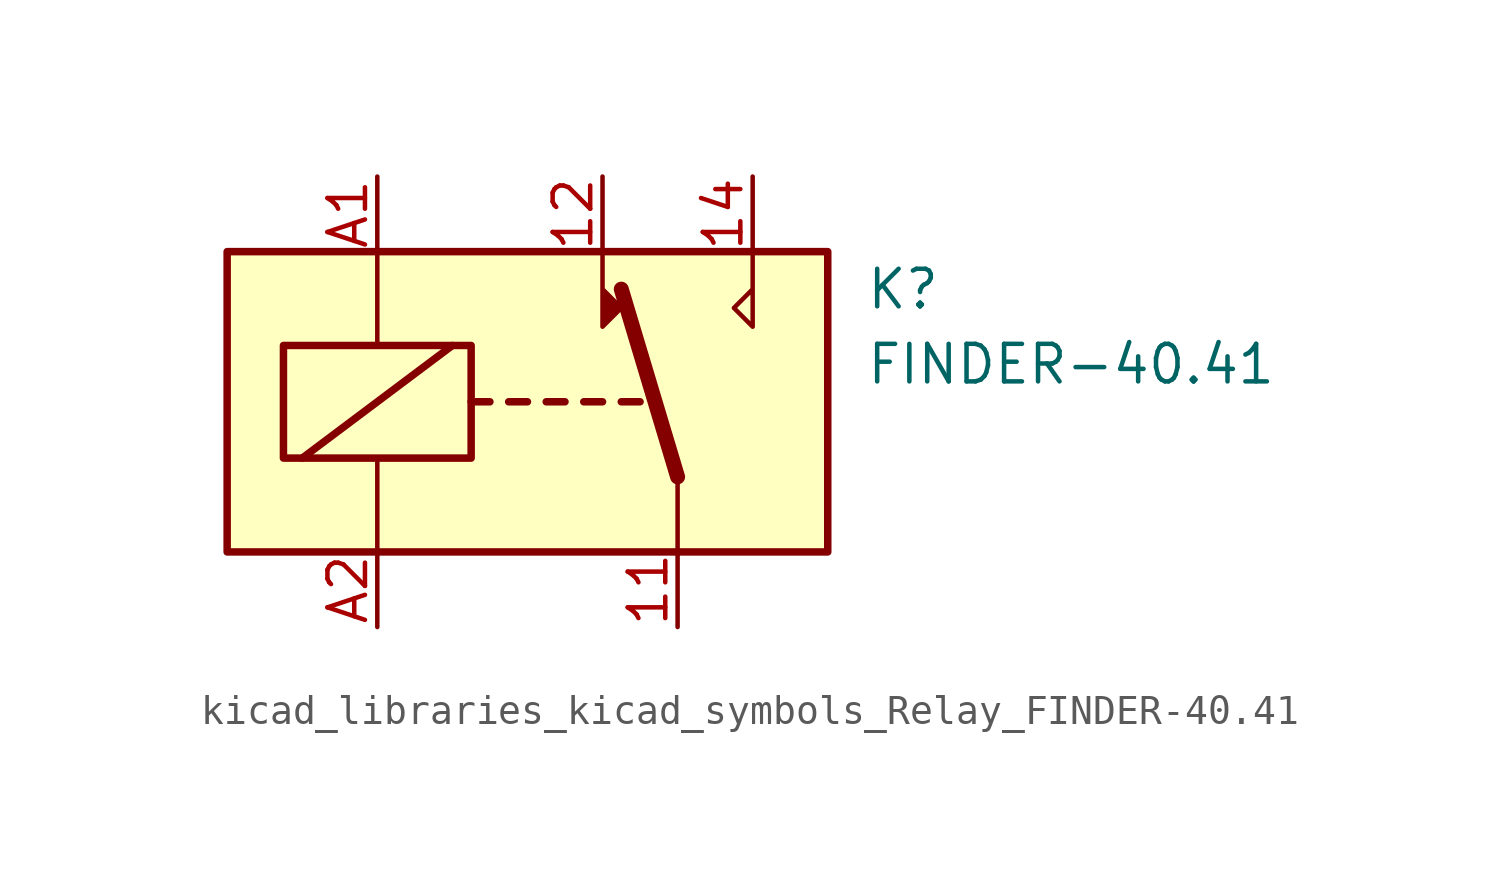
<source format=kicad_sym>
(kicad_symbol_lib
  (version 20220914)
  (generator kicad_symbol_editor)
  (symbol "kicad_libraries_kicad_symbols_Relay_FINDER-40.41"
    (property "Reference" "K"
      (at 11.43 3.81 0)
      (effects (font (size 1.27 1.27)) (justify left)))
    (property "Value" "FINDER-40.41"
      (at 11.43 1.27 0)
      (effects (font (size 1.27 1.27)) (justify left)))
    (symbol "kicad_libraries_kicad_symbols_Relay_FINDER-40.41_0_0"
      (polyline (pts (xy 7.62 5.08) (xy 7.62 2.54) (xy 6.985 3.175) (xy 7.62 3.81)) (stroke (width 0) (type default)) (fill (type none))))
    (symbol "kicad_libraries_kicad_symbols_Relay_FINDER-40.41_0_1"
      (rectangle (start -10.16 5.08) (end 10.16 -5.08) (stroke (width 0.254) (type default)) (fill (type background)))
      (rectangle (start -8.255 1.905) (end -1.905 -1.905) (stroke (width 0.254) (type default)) (fill (type none)))
      (polyline (pts (xy -7.62 -1.905) (xy -2.54 1.905)) (stroke (width 0.254) (type default)) (fill (type none)))
      (polyline (pts (xy -5.08 -5.08) (xy -5.08 -1.905)) (stroke (width 0) (type default)) (fill (type none)))
      (polyline (pts (xy -5.08 5.08) (xy -5.08 1.905)) (stroke (width 0) (type default)) (fill (type none)))
      (polyline (pts (xy -1.905 0) (xy -1.27 0)) (stroke (width 0.254) (type default)) (fill (type none)))
      (polyline (pts (xy -0.635 0) (xy 0 0)) (stroke (width 0.254) (type default)) (fill (type none)))
      (polyline (pts (xy 0.635 0) (xy 1.27 0)) (stroke (width 0.254) (type default)) (fill (type none)))
      (polyline (pts (xy 1.905 0) (xy 2.54 0)) (stroke (width 0.254) (type default)) (fill (type none)))
      (polyline (pts (xy 3.175 0) (xy 3.81 0)) (stroke (width 0.254) (type default)) (fill (type none)))
      (polyline (pts (xy 5.08 -2.54) (xy 3.175 3.81)) (stroke (width 0.508) (type default)) (fill (type none)))
      (polyline (pts (xy 5.08 -2.54) (xy 5.08 -5.08)) (stroke (width 0) (type default)) (fill (type none)))
      (polyline (pts (xy 2.54 5.08) (xy 2.54 2.54) (xy 3.175 3.175) (xy 2.54 3.81)) (stroke (width 0) (type default)) (fill (type outline))))
    (symbol "kicad_libraries_kicad_symbols_Relay_FINDER-40.41_1_1"
      (pin passive line (at 5.08 -7.62 90) (length 2.54) (name "~" (effects (font (size 1.27 1.27)))) (number "11" (effects (font (size 1.27 1.27)))))
      (pin passive line (at 2.54 7.62 270) (length 2.54) (name "~" (effects (font (size 1.27 1.27)))) (number "12" (effects (font (size 1.27 1.27)))))
      (pin passive line (at 7.62 7.62 270) (length 2.54) (name "~" (effects (font (size 1.27 1.27)))) (number "14" (effects (font (size 1.27 1.27)))))
      (pin passive line (at -5.08 7.62 270) (length 2.54) (name "~" (effects (font (size 1.27 1.27)))) (number "A1" (effects (font (size 1.27 1.27)))))
      (pin passive line (at -5.08 -7.62 90) (length 2.54) (name "~" (effects (font (size 1.27 1.27)))) (number "A2" (effects (font (size 1.27 1.27))))))))
</source>
